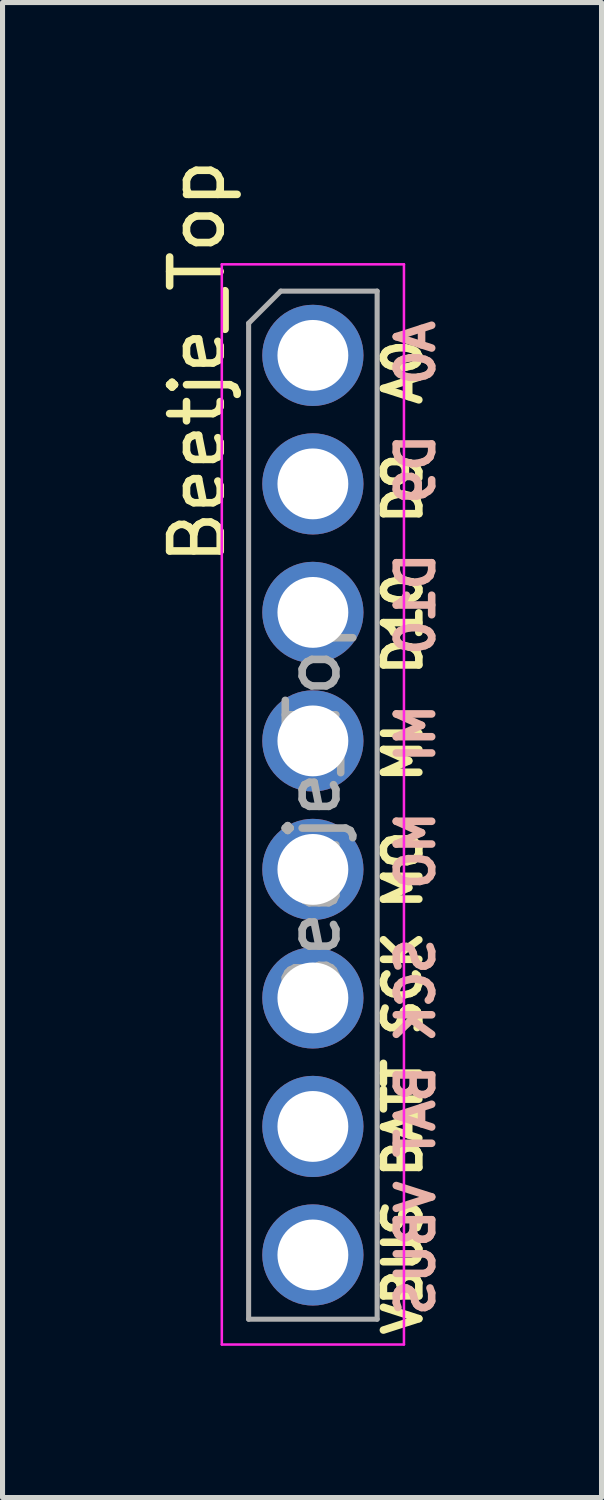
<source format=kicad_pcb>
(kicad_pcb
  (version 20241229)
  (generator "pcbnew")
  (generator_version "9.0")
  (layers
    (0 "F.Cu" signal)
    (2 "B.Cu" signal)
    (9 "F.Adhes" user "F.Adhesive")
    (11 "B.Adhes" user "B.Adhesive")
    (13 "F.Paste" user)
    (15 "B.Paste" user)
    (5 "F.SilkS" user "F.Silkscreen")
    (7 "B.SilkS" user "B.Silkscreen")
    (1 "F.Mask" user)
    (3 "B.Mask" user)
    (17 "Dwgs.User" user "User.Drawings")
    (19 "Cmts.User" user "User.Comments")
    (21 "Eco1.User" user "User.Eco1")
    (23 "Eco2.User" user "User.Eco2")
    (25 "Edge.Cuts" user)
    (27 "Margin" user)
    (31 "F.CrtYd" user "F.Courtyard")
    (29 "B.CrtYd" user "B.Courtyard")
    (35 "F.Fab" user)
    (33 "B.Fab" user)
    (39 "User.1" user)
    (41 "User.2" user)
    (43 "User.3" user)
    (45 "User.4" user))
  (footprint "Beetje_Top"
    (layer "F.Cu")
    (at 3.134 3.974)
    (property "Reference" "Beetje_Top" (at -2.286 0.127 90) (layer "F.SilkS") (effects (font (size 1 1) (thickness 0.15))))
    (attr through_hole)
    (fp_line (start -1.8 -1.8) (end -1.8 19.55) (stroke (width 0.05) (type solid)) (layer "F.CrtYd"))
    (fp_line (start -1.8 19.55) (end 1.8 19.55) (stroke (width 0.05) (type solid)) (layer "F.CrtYd"))
    (fp_line (start 1.8 -1.8) (end -1.8 -1.8) (stroke (width 0.05) (type solid)) (layer "F.CrtYd"))
    (fp_line (start 1.8 19.55) (end 1.8 -1.8) (stroke (width 0.05) (type solid)) (layer "F.CrtYd"))
    (fp_line (start -1.27 -0.635) (end -0.635 -1.27) (stroke (width 0.1) (type solid)) (layer "F.Fab"))
    (fp_line (start -1.27 19.05) (end -1.27 -0.635) (stroke (width 0.1) (type solid)) (layer "F.Fab"))
    (fp_line (start -0.635 -1.27) (end 1.27 -1.27) (stroke (width 0.1) (type solid)) (layer "F.Fab"))
    (fp_line (start 1.27 -1.27) (end 1.27 19.05) (stroke (width 0.1) (type solid)) (layer "F.Fab"))
    (fp_line (start 1.27 19.05) (end -1.27 19.05) (stroke (width 0.1) (type solid)) (layer "F.Fab"))
    (fp_text user "VBUS BATT SCK MO  MI  D10  D9  A0" (at 1.778 9.525 90) (layer "F.SilkS") (effects (font (size 0.7 0.675) (thickness 0.15))))
    (fp_text user "A0  D9  D10  MI  MO  SCK BAT VBUS" (at 2.032 9.144 90) (layer "B.SilkS") (effects (font (size 0.7 0.675) (thickness 0.15)) (justify mirror)))
    (fp_text user "${REFERENCE}" (at 0 8.89 90) (layer "F.Fab") (effects (font (size 1 1) (thickness 0.15))))
    (pad "1" thru_hole circle (at 0 0) (size 2 2) (drill 1.4) (layers "*.Cu" "*.Mask"))
    (pad "2" thru_hole oval (at 0 2.54) (size 2 2) (drill 1.4) (layers "*.Cu" "*.Mask"))
    (pad "3" thru_hole oval (at 0 5.08) (size 2 2) (drill 1.4) (layers "*.Cu" "*.Mask"))
    (pad "4" thru_hole oval (at 0 7.62) (size 2 2) (drill 1.4) (layers "*.Cu" "*.Mask"))
    (pad "5" thru_hole circle (at 0 10.16) (size 2 2) (drill 1.4) (layers "*.Cu" "*.Mask"))
    (pad "6" thru_hole circle (at 0 12.7) (size 2 2) (drill 1.4) (layers "*.Cu" "*.Mask"))
    (pad "7" thru_hole circle (at 0 15.24) (size 2 2) (drill 1.4) (layers "*.Cu" "*.Mask"))
    (pad "8" thru_hole circle (at 0 17.78) (size 2 2) (drill 1.4) (layers "*.Cu" "*.Mask")))
  (gr_rect
    (start -3 -3)
    (end 8.839 26.549)
    (stroke (width 0.1) (type default))
    (fill no)
    (layer "Edge.Cuts")))
</source>
